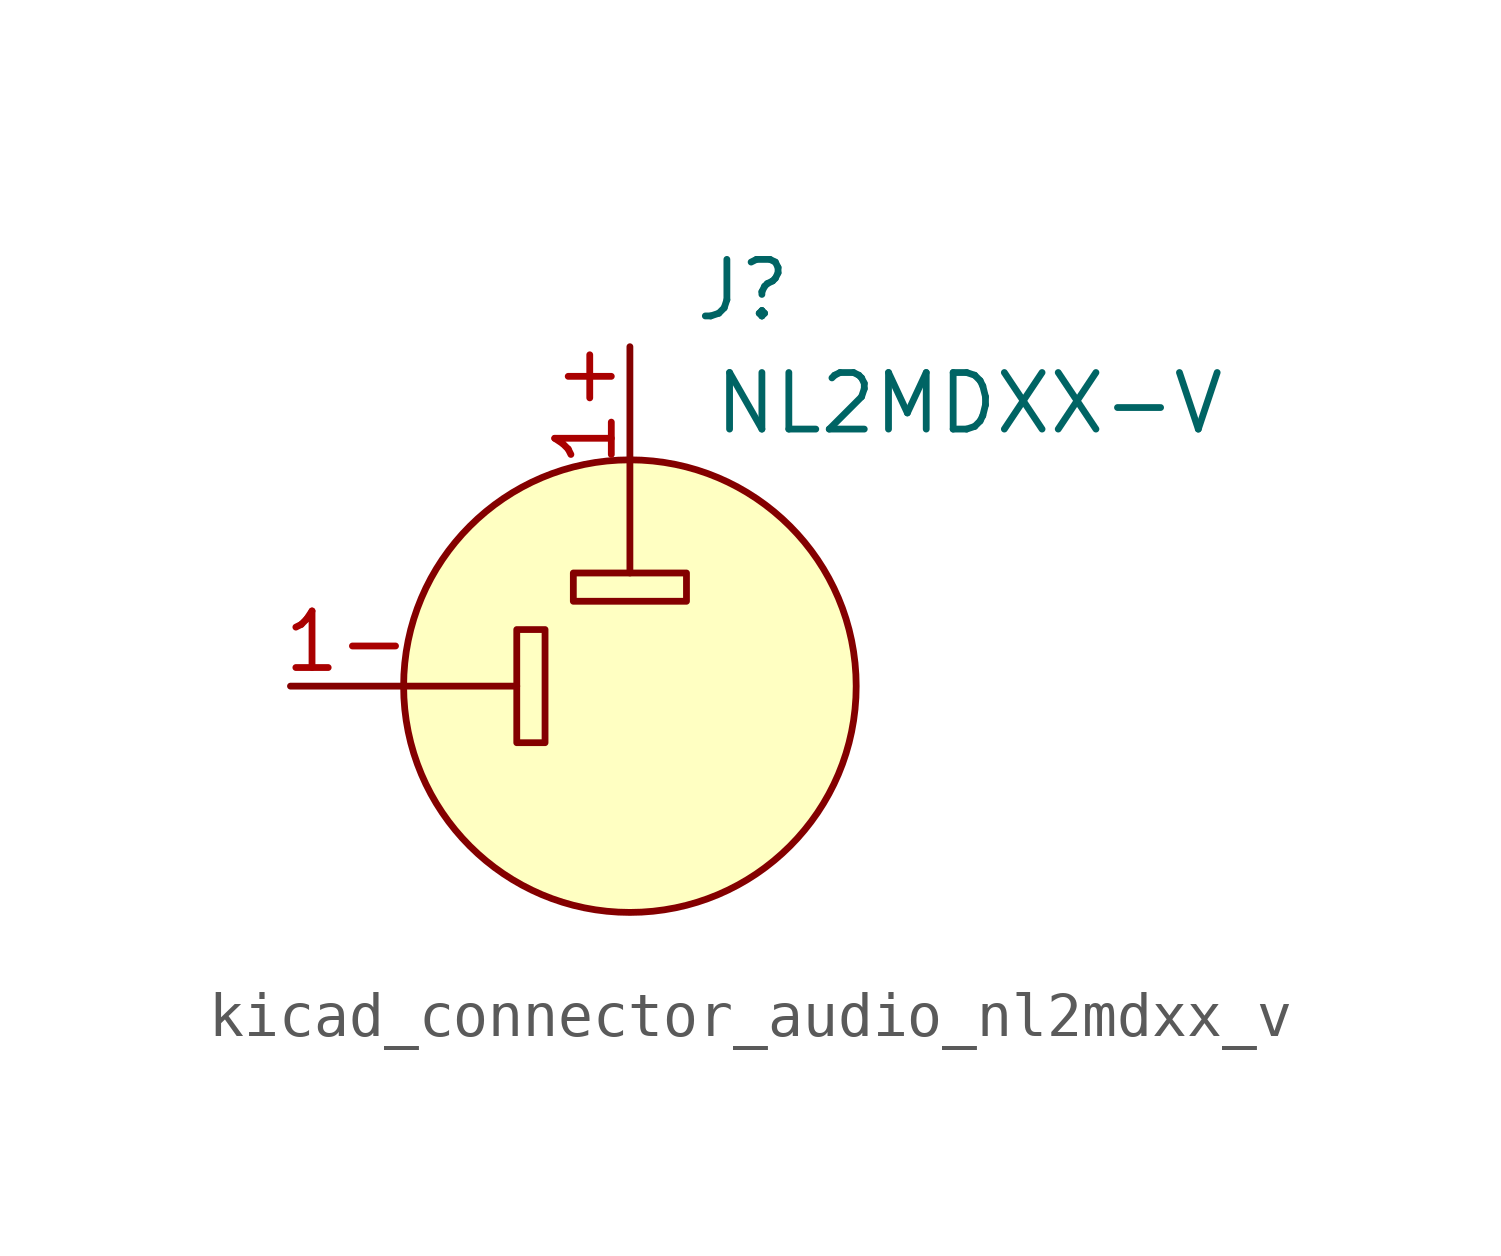
<source format=kicad_sym>
(kicad_symbol_lib
  (version 20220914)
  (generator kicad_symbol_editor)
  (symbol "kicad_connector_audio_nl2mdxx_v"
    (pin_names hide)
    (property "Reference" "J"
      (at 2.54 8.89 0)
      (effects (font (size 1.27 1.27))))
    (property "Value" "NL2MDXX-V"
      (at 7.62 6.35 0)
      (effects (font (size 1.27 1.27))))
    (symbol "kicad_connector_audio_nl2mdxx_v_0_1"
      (rectangle (start -2.54 1.27) (end -1.905 -1.27) (stroke (width 0) (type default)) (fill (type none)))
      (rectangle (start -1.27 2.54) (end 1.27 1.905) (stroke (width 0) (type default)) (fill (type none)))
      (polyline (pts (xy -5.08 0) (xy -2.54 0)) (stroke (width 0) (type default)) (fill (type none)))
      (polyline (pts (xy 0 5.08) (xy 0 2.54)) (stroke (width 0) (type default)) (fill (type none)))
      (circle (center 0 0) (radius 5.08) (stroke (width 0) (type default)) (fill (type background)))
      (pin passive line (at -7.62 0 0) (length 2.54) (name "1-" (effects (font (size 1.27 1.27)))) (number "1-" (effects (font (size 1.27 1.27))))))
    (symbol "kicad_connector_audio_nl2mdxx_v_1_1"
      (pin passive line (at 0 7.62 270) (length 2.54) (name "1+" (effects (font (size 1.27 1.27)))) (number "1+" (effects (font (size 1.27 1.27))))))))
</source>
